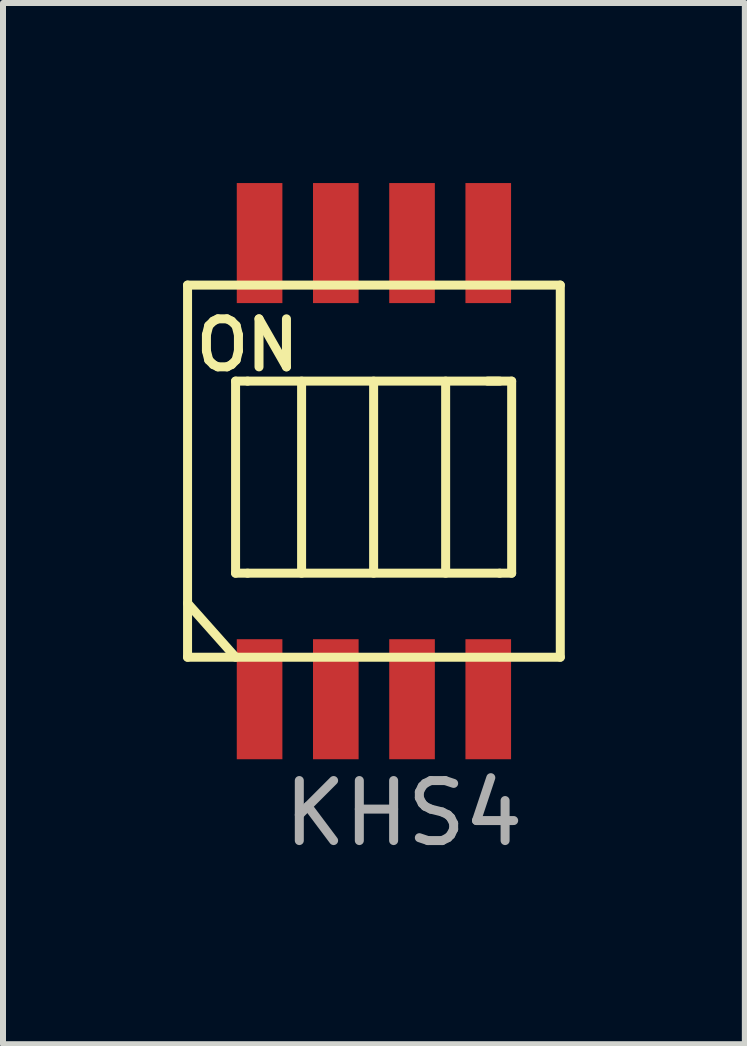
<source format=kicad_pcb>
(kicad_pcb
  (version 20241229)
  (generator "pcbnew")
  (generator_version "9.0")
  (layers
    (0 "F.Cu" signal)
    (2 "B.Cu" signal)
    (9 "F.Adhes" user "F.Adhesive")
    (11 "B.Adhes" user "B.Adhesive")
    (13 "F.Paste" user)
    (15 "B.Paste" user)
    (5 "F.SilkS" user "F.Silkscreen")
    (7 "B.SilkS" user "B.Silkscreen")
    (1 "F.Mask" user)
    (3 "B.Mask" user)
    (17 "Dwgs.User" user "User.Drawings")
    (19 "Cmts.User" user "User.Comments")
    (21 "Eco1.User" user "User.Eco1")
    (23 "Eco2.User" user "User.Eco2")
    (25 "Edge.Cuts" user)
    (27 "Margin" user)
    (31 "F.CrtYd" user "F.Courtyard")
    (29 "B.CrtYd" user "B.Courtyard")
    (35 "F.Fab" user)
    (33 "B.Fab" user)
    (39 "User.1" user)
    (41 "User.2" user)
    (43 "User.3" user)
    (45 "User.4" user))
  (footprint "KHS4"
    (layer "F.Cu")
    (at 3.175 5)
    (property "Reference" "KHS4" (at 0.5 5.5 0) (layer "F.Fab") (effects (font (size 1 1) (thickness 0.15))))
    (attr through_hole)
    (fp_line (start -3.1 -3.3) (end -3.1 2.9) (stroke (width 0.15) (type solid)) (layer "F.SilkS"))
    (fp_line (start -3.1 -3.3) (end 3.11 -3.3) (stroke (width 0.15) (type solid)) (layer "F.SilkS"))
    (fp_line (start -3.1 2) (end -2.3 2.9) (stroke (width 0.15) (type solid)) (layer "F.SilkS"))
    (fp_line (start -2.3 -1.7) (end -2.3 1.5) (stroke (width 0.15) (type solid)) (layer "F.SilkS"))
    (fp_line (start -2.3 1.5) (end -2.1 1.5) (stroke (width 0.15) (type solid)) (layer "F.SilkS"))
    (fp_line (start -2.1 -1.7) (end -2.3 -1.7) (stroke (width 0.15) (type solid)) (layer "F.SilkS"))
    (fp_line (start -2.1 1.5) (end 2.1 1.5) (stroke (width 0.15) (type solid)) (layer "F.SilkS"))
    (fp_line (start -1.2 -1.7) (end -1.2 1.5) (stroke (width 0.15) (type solid)) (layer "F.SilkS"))
    (fp_line (start 0 -1.7) (end 0 1.5) (stroke (width 0.15) (type solid)) (layer "F.SilkS"))
    (fp_line (start 1.2 -1.7) (end 1.2 1.5) (stroke (width 0.15) (type solid)) (layer "F.SilkS"))
    (fp_line (start 1.9 -1.7) (end 2.3 -1.7) (stroke (width 0.15) (type solid)) (layer "F.SilkS"))
    (fp_line (start 2.1 -1.7) (end -2.1 -1.7) (stroke (width 0.15) (type solid)) (layer "F.SilkS"))
    (fp_line (start 2.3 -1.7) (end 2.3 1.5) (stroke (width 0.15) (type solid)) (layer "F.SilkS"))
    (fp_line (start 2.3 1.5) (end 2.1 1.5) (stroke (width 0.15) (type solid)) (layer "F.SilkS"))
    (fp_line (start 3.11 -3.3) (end 3.11 2.9) (stroke (width 0.15) (type solid)) (layer "F.SilkS"))
    (fp_line (start 3.11 2.9) (end -3.1 2.9) (stroke (width 0.15) (type solid)) (layer "F.SilkS"))
    (fp_text user "ON" (at -2.1 -2.3 0) (layer "F.SilkS") (effects (font (size 0.8 0.8) (thickness 0.15))))
    (pad "1" smd rect (at -1.9 3.6) (size 0.76 2) (layers "F.Cu" "F.Mask" "F.Paste"))
    (pad "2" smd rect (at -0.63 3.6) (size 0.76 2) (layers "F.Cu" "F.Mask" "F.Paste"))
    (pad "3" smd rect (at 0.64 3.6) (size 0.76 2) (layers "F.Cu" "F.Mask" "F.Paste"))
    (pad "4" smd rect (at 1.91 3.6) (size 0.76 2) (layers "F.Cu" "F.Mask" "F.Paste"))
    (pad "5" smd rect (at 1.91 -4) (size 0.76 2) (layers "F.Cu" "F.Mask" "F.Paste"))
    (pad "6" smd rect (at 0.64 -4) (size 0.76 2) (layers "F.Cu" "F.Mask" "F.Paste"))
    (pad "7" smd rect (at -0.63 -4) (size 0.76 2) (layers "F.Cu" "F.Mask" "F.Paste"))
    (pad "8" smd rect (at -1.9 -4) (size 0.76 2) (layers "F.Cu" "F.Mask" "F.Paste")))
  (gr_rect
    (start -3 -3)
    (end 9.36 14.348)
    (stroke (width 0.1) (type default))
    (fill no)
    (layer "Edge.Cuts")))
</source>
